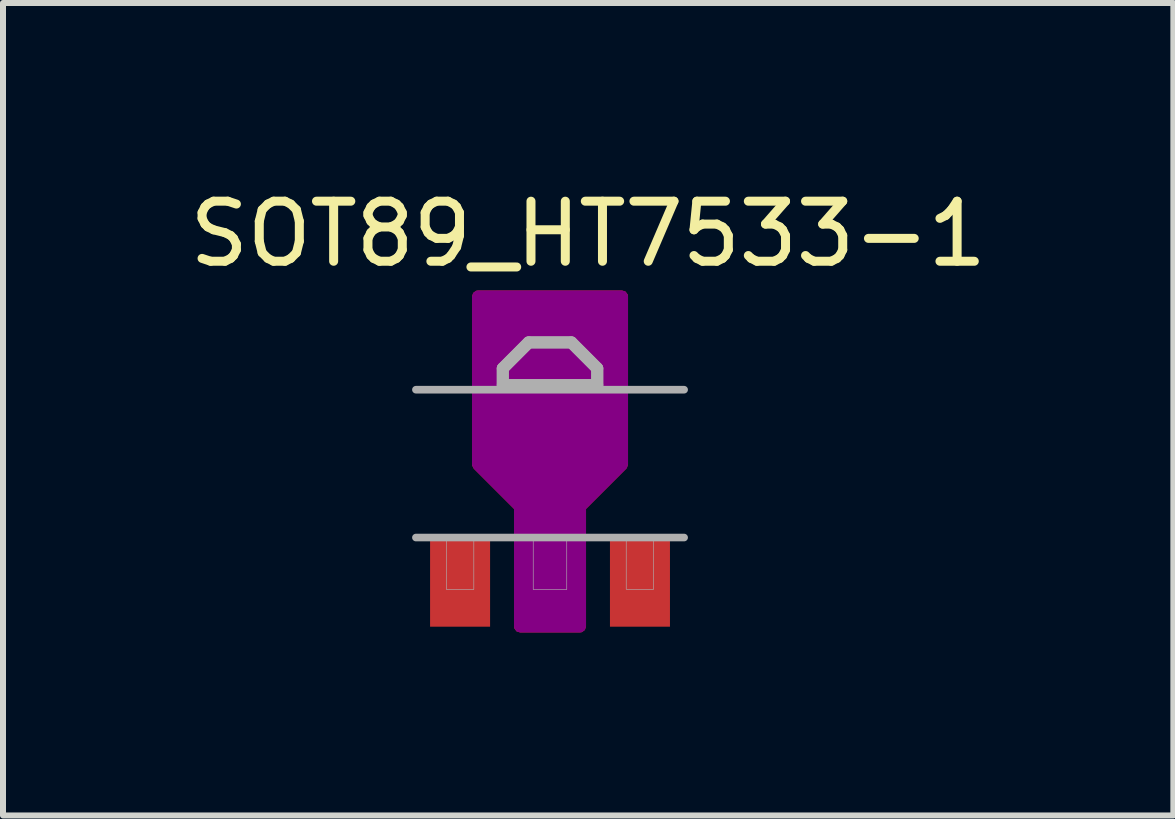
<source format=kicad_pcb>
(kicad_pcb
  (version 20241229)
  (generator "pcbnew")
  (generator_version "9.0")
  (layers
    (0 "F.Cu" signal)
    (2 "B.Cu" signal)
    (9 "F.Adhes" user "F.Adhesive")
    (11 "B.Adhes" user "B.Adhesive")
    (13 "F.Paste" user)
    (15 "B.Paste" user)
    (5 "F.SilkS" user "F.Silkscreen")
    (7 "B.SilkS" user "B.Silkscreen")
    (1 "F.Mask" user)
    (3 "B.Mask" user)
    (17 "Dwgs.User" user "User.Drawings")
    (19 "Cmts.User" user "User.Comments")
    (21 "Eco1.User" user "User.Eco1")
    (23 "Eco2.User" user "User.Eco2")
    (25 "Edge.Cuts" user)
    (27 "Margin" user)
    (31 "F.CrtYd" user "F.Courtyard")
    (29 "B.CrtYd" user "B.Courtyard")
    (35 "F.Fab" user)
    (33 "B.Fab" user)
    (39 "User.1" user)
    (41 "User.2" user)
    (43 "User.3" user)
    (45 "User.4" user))
  (footprint "SOT89_HT7533-1"
    (layer "F.Cu")
    (at 6.117 4.664)
    (property "Reference" "SOT89_HT7533-1" (at 0.636 -3.815 0) (layer "F.SilkS") (effects (font (size 1.001 1.001) (thickness 0.15))))
    (attr through_hole)
    (fp_poly (pts (xy -2.028 1.2) (xy -0.975 1.2) (xy -0.975 2.779) (xy -2.028 2.779)) (stroke (width 0.01) (type solid)) (fill yes) (layer "F.Mask"))
    (fp_poly (pts (xy -0.525 1.2) (xy 0.525 1.2) (xy 0.525 2.776) (xy -0.525 2.776)) (stroke (width 0.2) (type solid)) (fill yes) (layer "F.Mask"))
    (fp_poly (pts (xy 0.977 1.2) (xy 2.025 1.2) (xy 2.025 2.78) (xy 0.977 2.78)) (stroke (width 0.01) (type solid)) (fill yes) (layer "F.Mask"))
    (fp_poly (pts (xy -1.903 1.28) (xy -1.1 1.28) (xy -1.1 2.684) (xy -1.903 2.684)) (stroke (width 0.01) (type solid)) (fill yes) (layer "F.Paste"))
    (fp_poly (pts (xy -0.901 -2.2) (xy 0.9 -2.2) (xy 0.9 0) (xy -0.901 0)) (stroke (width 0.01) (type solid)) (fill yes) (layer "F.Paste"))
    (fp_poly (pts (xy -0.4 1.28) (xy 0.4 1.28) (xy 0.4 2.683) (xy -0.4 2.683)) (stroke (width 0.01) (type solid)) (fill yes) (layer "F.Paste"))
    (fp_poly (pts (xy 1.101 1.28) (xy 1.9 1.28) (xy 1.9 2.682) (xy 1.101 2.682)) (stroke (width 0.01) (type solid)) (fill yes) (layer "F.Paste"))
    (fp_line (start -2.235 -1.219) (end 2.235 -1.219) (stroke (width 0.127) (type solid)) (layer "F.Fab"))
    (fp_line (start -0.787 -1.575) (end -0.356 -2.007) (stroke (width 0.2) (type solid)) (layer "F.Fab"))
    (fp_line (start -0.787 -1.295) (end -0.787 -1.575) (stroke (width 0.2) (type solid)) (layer "F.Fab"))
    (fp_line (start -0.356 -2.007) (end 0.356 -2.007) (stroke (width 0.2) (type solid)) (layer "F.Fab"))
    (fp_line (start 0.356 -2.007) (end 0.787 -1.575) (stroke (width 0.2) (type solid)) (layer "F.Fab"))
    (fp_line (start 0.787 -1.575) (end 0.787 -1.295) (stroke (width 0.2) (type solid)) (layer "F.Fab"))
    (fp_line (start 0.787 -1.295) (end -0.787 -1.295) (stroke (width 0.2) (type solid)) (layer "F.Fab"))
    (fp_line (start 2.235 1.245) (end -2.235 1.245) (stroke (width 0.127) (type solid)) (layer "F.Fab"))
    (fp_poly (pts (xy -1.728 1.27) (xy -1.27 1.27) (xy -1.27 2.11) (xy -1.728 2.11)) (stroke (width 0.01) (type solid)) (fill no) (layer "F.Fab"))
    (fp_poly (pts (xy -0.28 1.27) (xy 0.279 1.27) (xy 0.279 2.111) (xy -0.28 2.111)) (stroke (width 0.01) (type solid)) (fill no) (layer "F.Fab"))
    (fp_poly (pts (xy 1.27 1.27) (xy 1.727 1.27) (xy 1.727 2.108) (xy 1.27 2.108)) (stroke (width 0.01) (type solid)) (fill no) (layer "F.Fab"))
    (fp_poly (pts (xy -0.787 -1.321) (xy -0.787 -1.575) (xy -0.356 -2.007) (xy 0.305 -2.007) (xy 0.356 -2.007) (xy 0.787 -1.575) (xy 0.787 -1.295) (xy -0.787 -1.295)) (stroke (width 0.2) (type solid)) (fill no) (layer "F.Fab"))
    (pad "1" smd rect (at -1.499 1.981) (size 1 1.5) (layers "F.Cu"))
    (pad "2" smd custom (at 0 1.727) (size 1 2) (layers "F.Cu" "F.Mask" "F.Adhes" "F.Paste") (options (anchor rect)) (primitives (gr_poly (pts (xy 0.5 1) (xy 0.5 -1) (xy 1.2 -1.7) (xy 1.2 -4.5) (xy -1.2 -4.5) (xy -1.2 -1.7) (xy -0.5 -1) (xy -0.5 1)) (width 0.2) (fill yes))))
    (pad "3" smd rect (at 1.499 1.981) (size 1 1.5) (layers "F.Cu")))
  (gr_rect
    (start -3 -3)
    (end 16.506 10.541)
    (stroke (width 0.1) (type default))
    (fill no)
    (layer "Edge.Cuts")))
</source>
